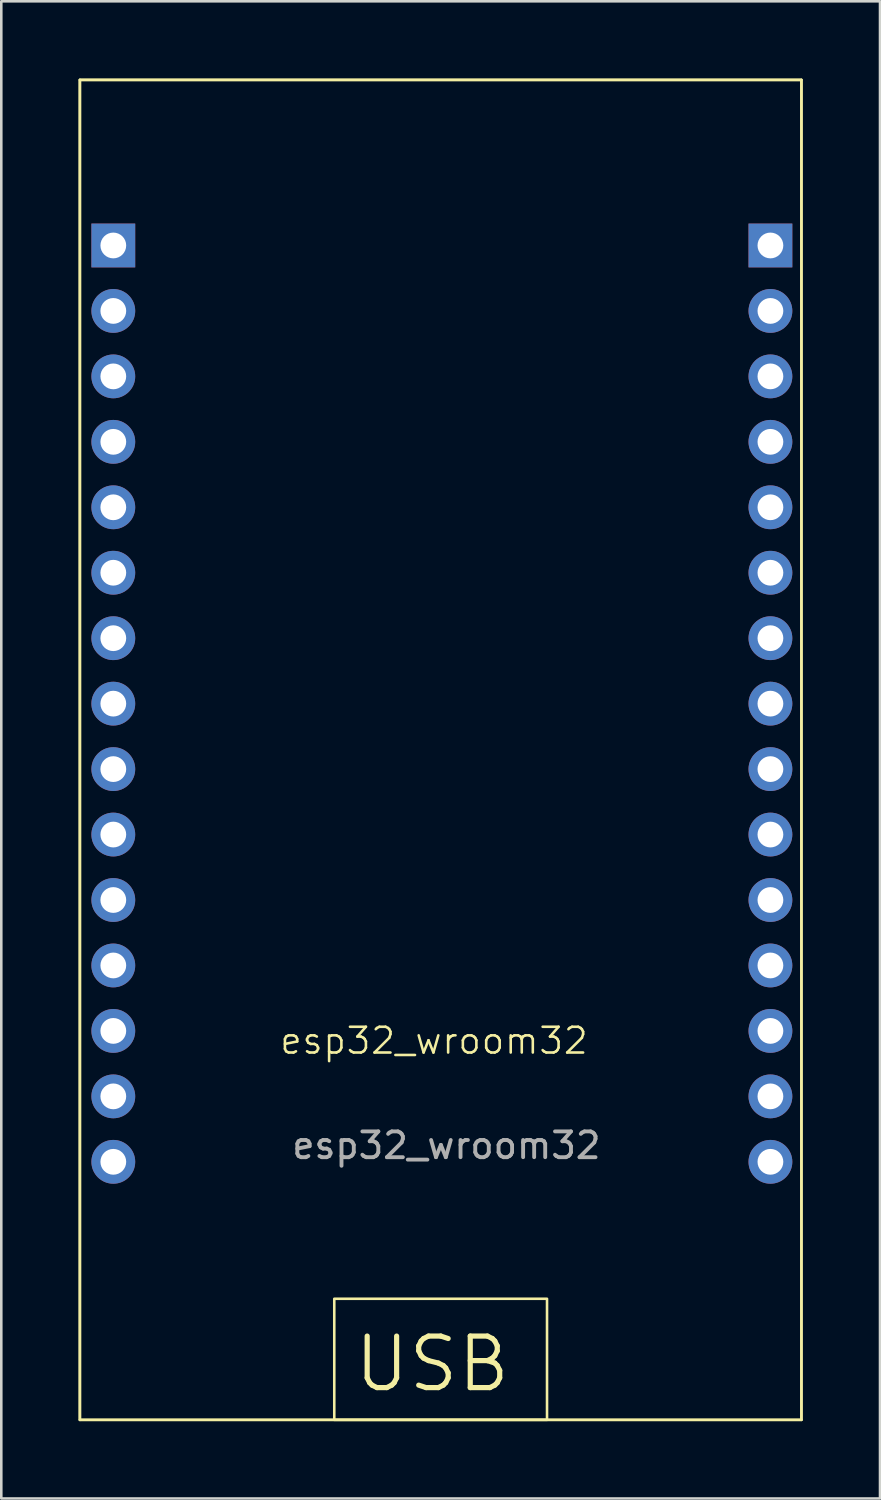
<source format=kicad_pcb>
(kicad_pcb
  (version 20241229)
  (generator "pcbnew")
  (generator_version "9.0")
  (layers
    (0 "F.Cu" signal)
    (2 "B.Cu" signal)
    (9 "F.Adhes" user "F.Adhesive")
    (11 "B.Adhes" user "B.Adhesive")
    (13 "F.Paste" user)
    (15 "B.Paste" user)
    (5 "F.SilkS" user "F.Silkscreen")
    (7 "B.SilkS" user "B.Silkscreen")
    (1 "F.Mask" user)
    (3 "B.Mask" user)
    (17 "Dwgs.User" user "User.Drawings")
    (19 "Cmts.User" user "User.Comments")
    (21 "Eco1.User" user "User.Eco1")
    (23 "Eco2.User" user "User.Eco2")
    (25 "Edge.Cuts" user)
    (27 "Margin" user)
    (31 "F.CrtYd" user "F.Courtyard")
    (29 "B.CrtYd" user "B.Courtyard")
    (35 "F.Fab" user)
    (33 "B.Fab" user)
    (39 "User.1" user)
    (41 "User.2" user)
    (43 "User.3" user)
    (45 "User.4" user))
  (footprint "esp32_wroom32"
    (layer "F.Cu")
    (at 1.32 6.095)
    (property "Reference" "esp32_wroom32" (at 12.473 31.242 0) (unlocked yes) (layer "F.SilkS") (effects (font (size 1 1) (thickness 0.1))))
    (attr smd)
    (fp_line (start -1.27 -6.045) (end 26.73 -6.045) (stroke (width 0.1) (type default)) (layer "F.SilkS"))
    (fp_line (start -1.27 45.955) (end -1.27 -6.045) (stroke (width 0.1) (type default)) (layer "F.SilkS"))
    (fp_line (start 26.73 -6.045) (end 26.73 45.955) (stroke (width 0.1) (type default)) (layer "F.SilkS"))
    (fp_line (start 26.73 45.955) (end -1.27 45.955) (stroke (width 0.1) (type default)) (layer "F.SilkS"))
    (fp_rect (start -1.27 -6.045) (end 26.73 45.955) (stroke (width 0.1) (type default)) (fill no) (layer "F.SilkS"))
    (fp_rect (start 8.602 41.256) (end 16.858 45.955) (stroke (width 0.1) (type default)) (fill no) (layer "F.SilkS"))
    (fp_text user "USB" (at 9.271 44.958 0) (unlocked yes) (layer "F.SilkS") (effects (font (size 2 2) (thickness 0.2)) (justify left bottom)))
    (fp_text user "${REFERENCE}" (at 12.954 35.306 0) (unlocked yes) (layer "F.Fab") (effects (font (size 1 1) (thickness 0.15))))
    (pad "1" thru_hole oval (at 0.027 35.941) (size 1.7 1.7) (drill 1) (layers "*.Cu" "*.Mask"))
    (pad "2" thru_hole oval (at 0.027 33.401) (size 1.7 1.7) (drill 1) (layers "*.Cu" "*.Mask"))
    (pad "3" thru_hole oval (at 0.027 30.861) (size 1.7 1.7) (drill 1) (layers "*.Cu" "*.Mask"))
    (pad "4" thru_hole oval (at 0.027 28.321) (size 1.7 1.7) (drill 1) (layers "*.Cu" "*.Mask"))
    (pad "5" thru_hole oval (at 0.027 25.781) (size 1.7 1.7) (drill 1) (layers "*.Cu" "*.Mask"))
    (pad "6" thru_hole oval (at 0.027 23.241) (size 1.7 1.7) (drill 1) (layers "*.Cu" "*.Mask"))
    (pad "7" thru_hole oval (at 0.027 20.701) (size 1.7 1.7) (drill 1) (layers "*.Cu" "*.Mask"))
    (pad "8" thru_hole oval (at 0.027 18.161) (size 1.7 1.7) (drill 1) (layers "*.Cu" "*.Mask"))
    (pad "9" thru_hole oval (at 0.027 15.621) (size 1.7 1.7) (drill 1) (layers "*.Cu" "*.Mask"))
    (pad "10" thru_hole oval (at 0.027 13.081) (size 1.7 1.7) (drill 1) (layers "*.Cu" "*.Mask"))
    (pad "11" thru_hole oval (at 0.027 10.541) (size 1.7 1.7) (drill 1) (layers "*.Cu" "*.Mask"))
    (pad "12" thru_hole oval (at 0.027 8.001) (size 1.7 1.7) (drill 1) (layers "*.Cu" "*.Mask"))
    (pad "13" thru_hole oval (at 0.027 5.461) (size 1.7 1.7) (drill 1) (layers "*.Cu" "*.Mask"))
    (pad "14" thru_hole oval (at 0.027 2.921) (size 1.7 1.7) (drill 1) (layers "*.Cu" "*.Mask"))
    (pad "15" thru_hole rect (at 0.027 0.381) (size 1.7 1.7) (drill 1) (layers "*.Cu" "*.Mask"))
    (pad "16" thru_hole oval (at 25.527 35.941) (size 1.7 1.7) (drill 1) (layers "*.Cu" "*.Mask"))
    (pad "17" thru_hole oval (at 25.527 33.401) (size 1.7 1.7) (drill 1) (layers "*.Cu" "*.Mask"))
    (pad "18" thru_hole oval (at 25.527 30.861) (size 1.7 1.7) (drill 1) (layers "*.Cu" "*.Mask"))
    (pad "19" thru_hole oval (at 25.527 28.321) (size 1.7 1.7) (drill 1) (layers "*.Cu" "*.Mask"))
    (pad "20" thru_hole oval (at 25.527 25.781) (size 1.7 1.7) (drill 1) (layers "*.Cu" "*.Mask"))
    (pad "21" thru_hole oval (at 25.527 23.241) (size 1.7 1.7) (drill 1) (layers "*.Cu" "*.Mask"))
    (pad "22" thru_hole oval (at 25.527 20.701) (size 1.7 1.7) (drill 1) (layers "*.Cu" "*.Mask"))
    (pad "23" thru_hole oval (at 25.527 18.161) (size 1.7 1.7) (drill 1) (layers "*.Cu" "*.Mask"))
    (pad "24" thru_hole oval (at 25.527 15.621) (size 1.7 1.7) (drill 1) (layers "*.Cu" "*.Mask"))
    (pad "25" thru_hole oval (at 25.527 13.081) (size 1.7 1.7) (drill 1) (layers "*.Cu" "*.Mask"))
    (pad "26" thru_hole oval (at 25.527 10.541) (size 1.7 1.7) (drill 1) (layers "*.Cu" "*.Mask"))
    (pad "27" thru_hole oval (at 25.527 8.001) (size 1.7 1.7) (drill 1) (layers "*.Cu" "*.Mask"))
    (pad "28" thru_hole oval (at 25.527 5.461) (size 1.7 1.7) (drill 1) (layers "*.Cu" "*.Mask"))
    (pad "29" thru_hole oval (at 25.527 2.921) (size 1.7 1.7) (drill 1) (layers "*.Cu" "*.Mask"))
    (pad "30" thru_hole rect (at 25.527 0.381) (size 1.7 1.7) (drill 1) (layers "*.Cu" "*.Mask"))
    (zone (net_name "") (layer "F.SilkS") (hatch edge 0.5) (connect_pads) (min_thickness 0.25) (filled_areas_thickness no) (keepout (tracks allowed) (vias allowed) (pads not_allowed) (copperpour allowed) (footprints not_allowed)) (placement (enabled no)) (fill) (polygon (pts (xy 0.05 0.05) (xy 28.05 0.05) (xy 28.05 52.05) (xy 0.05 52.05)))))
  (gr_rect
    (start -3 -3)
    (end 31.1 55.1)
    (stroke (width 0.1) (type default))
    (fill no)
    (layer "Edge.Cuts")))
</source>
